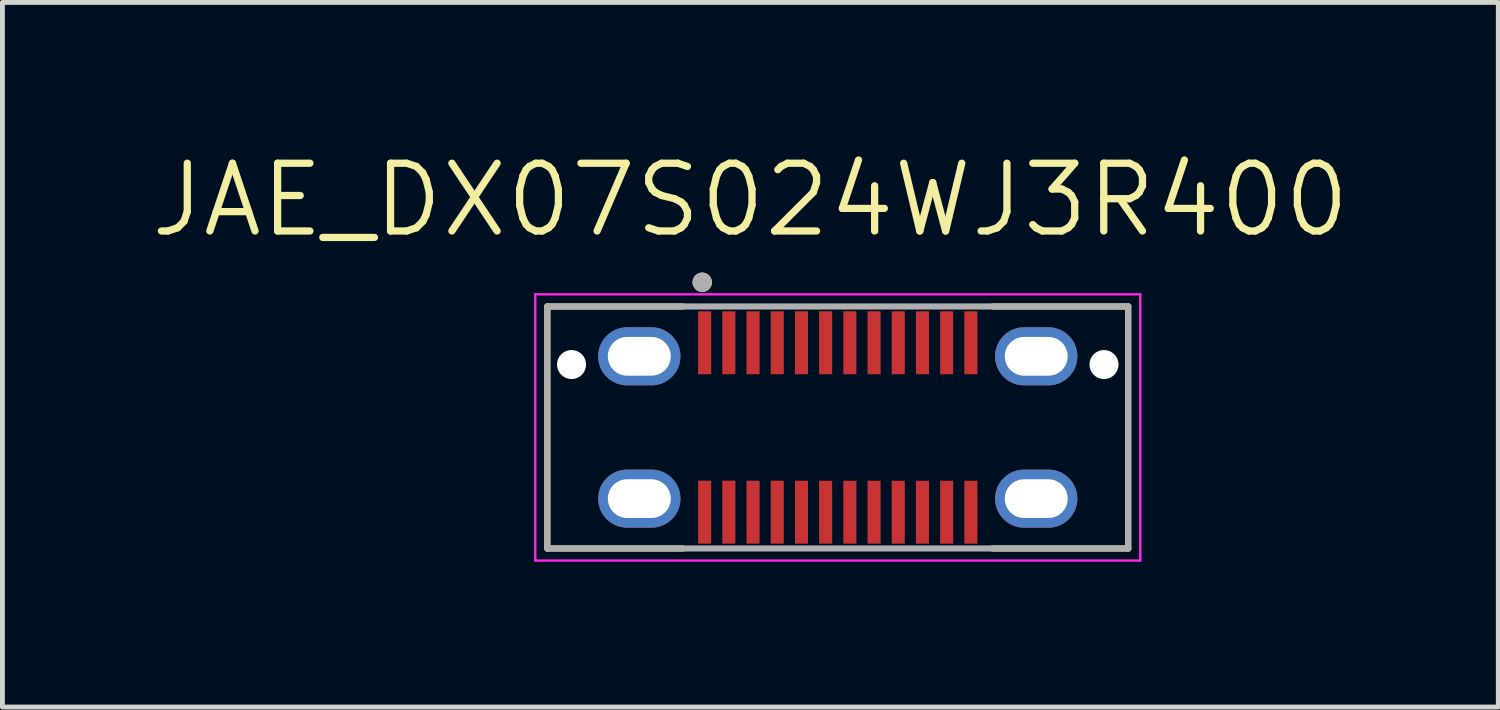
<source format=kicad_pcb>
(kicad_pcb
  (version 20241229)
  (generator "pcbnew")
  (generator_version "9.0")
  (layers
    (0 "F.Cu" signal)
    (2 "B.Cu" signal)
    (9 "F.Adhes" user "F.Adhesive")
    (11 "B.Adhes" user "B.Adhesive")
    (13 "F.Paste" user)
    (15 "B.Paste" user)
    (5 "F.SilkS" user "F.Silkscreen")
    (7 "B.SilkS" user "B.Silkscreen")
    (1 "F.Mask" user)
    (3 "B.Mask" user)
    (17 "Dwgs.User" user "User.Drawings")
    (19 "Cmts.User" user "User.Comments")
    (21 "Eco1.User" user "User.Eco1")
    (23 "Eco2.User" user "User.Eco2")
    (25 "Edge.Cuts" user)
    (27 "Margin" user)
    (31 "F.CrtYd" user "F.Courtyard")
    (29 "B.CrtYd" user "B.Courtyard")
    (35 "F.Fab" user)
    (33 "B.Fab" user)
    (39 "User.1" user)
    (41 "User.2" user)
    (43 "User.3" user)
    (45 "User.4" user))
  (footprint "JAE_DX07S024WJ3R400"
    (layer "F.Cu")
    (at 14.257 5.781)
    (property "Reference" "JAE_DX07S024WJ3R400" (at -1.805 -4.699 0) (layer "F.SilkS") (effects (font (size 1.4 1.4) (thickness 0.15))))
    (attr smd)
    (fp_line (start -6 -2.5) (end -6 2.5) (stroke (width 0.127) (type solid)) (layer "F.SilkS"))
    (fp_line (start -6 2.5) (end -3.2 2.5) (stroke (width 0.127) (type solid)) (layer "F.SilkS"))
    (fp_line (start -3.2 -2.5) (end -6 -2.5) (stroke (width 0.127) (type solid)) (layer "F.SilkS"))
    (fp_line (start 3.2 2.5) (end 6 2.5) (stroke (width 0.127) (type solid)) (layer "F.SilkS"))
    (fp_line (start 6 -2.5) (end 3.2 -2.5) (stroke (width 0.127) (type solid)) (layer "F.SilkS"))
    (fp_line (start 6 2.5) (end 6 -2.5) (stroke (width 0.127) (type solid)) (layer "F.SilkS"))
    (fp_circle (center -2.8 -3) (end -2.7 -3) (stroke (width 0.2) (type solid)) (fill no) (layer "F.SilkS"))
    (fp_line (start -6.25 -2.75) (end 6.25 -2.75) (stroke (width 0.05) (type solid)) (layer "F.CrtYd"))
    (fp_line (start -6.25 2.75) (end -6.25 -2.75) (stroke (width 0.05) (type solid)) (layer "F.CrtYd"))
    (fp_line (start 6.25 -2.75) (end 6.25 2.75) (stroke (width 0.05) (type solid)) (layer "F.CrtYd"))
    (fp_line (start 6.25 2.75) (end -6.25 2.75) (stroke (width 0.05) (type solid)) (layer "F.CrtYd"))
    (fp_line (start -6 -2.5) (end 6 -2.5) (stroke (width 0.127) (type solid)) (layer "F.Fab"))
    (fp_line (start -6 2.5) (end -6 -2.5) (stroke (width 0.127) (type solid)) (layer "F.Fab"))
    (fp_line (start 6 -2.5) (end 6 2.5) (stroke (width 0.127) (type solid)) (layer "F.Fab"))
    (fp_line (start 6 2.5) (end -6 2.5) (stroke (width 0.127) (type solid)) (layer "F.Fab"))
    (fp_circle (center -2.8 -3) (end -2.7 -3) (stroke (width 0.2) (type solid)) (fill no) (layer "F.Fab"))
    (pad "" np_thru_hole circle (at -5.5 -1.3) (size 0.6 0.6) (drill 0.6) (layers "*.Cu" "*.Mask"))
    (pad "" np_thru_hole circle (at 5.5 -1.3) (size 0.6 0.6) (drill 0.6) (layers "*.Cu" "*.Mask"))
    (pad "A1" smd rect (at -2.75 -1.75) (size 0.27 1.3) (layers "F.Cu" "F.Mask" "F.Paste"))
    (pad "A2" smd rect (at -2.25 -1.75) (size 0.27 1.3) (layers "F.Cu" "F.Mask" "F.Paste"))
    (pad "A3" smd rect (at -1.75 -1.75) (size 0.27 1.3) (layers "F.Cu" "F.Mask" "F.Paste"))
    (pad "A4" smd rect (at -1.25 -1.75) (size 0.27 1.3) (layers "F.Cu" "F.Mask" "F.Paste"))
    (pad "A5" smd rect (at -0.75 -1.75) (size 0.27 1.3) (layers "F.Cu" "F.Mask" "F.Paste"))
    (pad "A6" smd rect (at -0.25 -1.75) (size 0.27 1.3) (layers "F.Cu" "F.Mask" "F.Paste"))
    (pad "A7" smd rect (at 0.25 -1.75) (size 0.27 1.3) (layers "F.Cu" "F.Mask" "F.Paste"))
    (pad "A8" smd rect (at 0.75 -1.75) (size 0.27 1.3) (layers "F.Cu" "F.Mask" "F.Paste"))
    (pad "A9" smd rect (at 1.25 -1.75) (size 0.27 1.3) (layers "F.Cu" "F.Mask" "F.Paste"))
    (pad "A10" smd rect (at 1.75 -1.75) (size 0.27 1.3) (layers "F.Cu" "F.Mask" "F.Paste"))
    (pad "A11" smd rect (at 2.25 -1.75) (size 0.27 1.3) (layers "F.Cu" "F.Mask" "F.Paste"))
    (pad "A12" smd rect (at 2.75 -1.75) (size 0.27 1.3) (layers "F.Cu" "F.Mask" "F.Paste"))
    (pad "B1" smd rect (at 2.75 1.75) (size 0.27 1.3) (layers "F.Cu" "F.Mask" "F.Paste"))
    (pad "B2" smd rect (at 2.25 1.75) (size 0.27 1.3) (layers "F.Cu" "F.Mask" "F.Paste"))
    (pad "B3" smd rect (at 1.75 1.75) (size 0.27 1.3) (layers "F.Cu" "F.Mask" "F.Paste"))
    (pad "B4" smd rect (at 1.25 1.75) (size 0.27 1.3) (layers "F.Cu" "F.Mask" "F.Paste"))
    (pad "B5" smd rect (at 0.75 1.75) (size 0.27 1.3) (layers "F.Cu" "F.Mask" "F.Paste"))
    (pad "B6" smd rect (at 0.25 1.75) (size 0.27 1.3) (layers "F.Cu" "F.Mask" "F.Paste"))
    (pad "B7" smd rect (at -0.25 1.75) (size 0.27 1.3) (layers "F.Cu" "F.Mask" "F.Paste"))
    (pad "B8" smd rect (at -0.75 1.75) (size 0.27 1.3) (layers "F.Cu" "F.Mask" "F.Paste"))
    (pad "B9" smd rect (at -1.25 1.75) (size 0.27 1.3) (layers "F.Cu" "F.Mask" "F.Paste"))
    (pad "B10" smd rect (at -1.75 1.75) (size 0.27 1.3) (layers "F.Cu" "F.Mask" "F.Paste"))
    (pad "B11" smd rect (at -2.25 1.75) (size 0.27 1.3) (layers "F.Cu" "F.Mask" "F.Paste"))
    (pad "B12" smd rect (at -2.75 1.75) (size 0.27 1.3) (layers "F.Cu" "F.Mask" "F.Paste"))
    (pad "S1" thru_hole oval (at -4.1 -1.47) (size 1.7 1.2) (drill oval 1.3 0.8) (layers "*.Cu" "*.Mask"))
    (pad "S2" thru_hole oval (at 4.1 -1.47) (size 1.7 1.2) (drill oval 1.3 0.8) (layers "*.Cu" "*.Mask"))
    (pad "S3" thru_hole oval (at 4.1 1.47) (size 1.7 1.2) (drill oval 1.3 0.8) (layers "*.Cu" "*.Mask"))
    (pad "S4" thru_hole oval (at -4.1 1.47) (size 1.7 1.2) (drill oval 1.3 0.8) (layers "*.Cu" "*.Mask")))
  (gr_rect
    (start -3 -3)
    (end 27.903 11.556)
    (stroke (width 0.1) (type default))
    (fill no)
    (layer "Edge.Cuts")))
</source>
